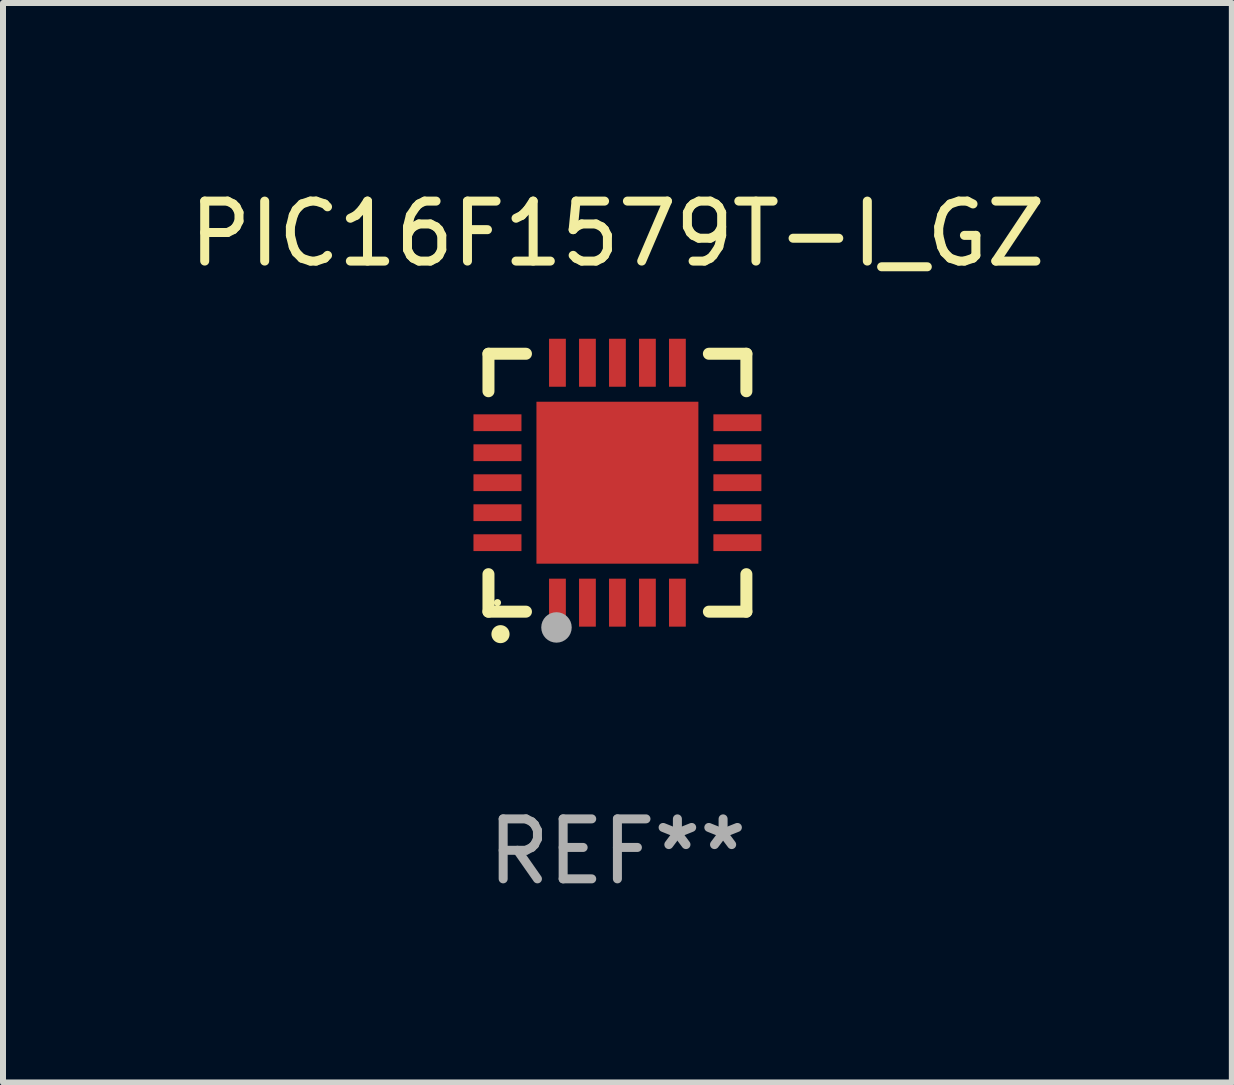
<source format=kicad_pcb>
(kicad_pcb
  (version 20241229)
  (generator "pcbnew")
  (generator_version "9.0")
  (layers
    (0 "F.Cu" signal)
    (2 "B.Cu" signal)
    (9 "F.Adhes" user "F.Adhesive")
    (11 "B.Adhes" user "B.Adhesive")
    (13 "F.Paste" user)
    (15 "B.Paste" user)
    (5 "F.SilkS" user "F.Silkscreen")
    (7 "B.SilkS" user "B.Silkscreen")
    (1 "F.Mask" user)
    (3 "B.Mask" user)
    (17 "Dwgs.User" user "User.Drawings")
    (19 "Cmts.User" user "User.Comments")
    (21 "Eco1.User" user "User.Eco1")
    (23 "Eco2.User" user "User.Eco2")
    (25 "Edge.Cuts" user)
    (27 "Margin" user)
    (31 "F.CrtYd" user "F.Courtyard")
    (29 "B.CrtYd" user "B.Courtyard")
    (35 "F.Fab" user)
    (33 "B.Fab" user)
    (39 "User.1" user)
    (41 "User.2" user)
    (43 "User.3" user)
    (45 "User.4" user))
  (footprint "PIC16F1579T-I_GZ"
    (layer "F.Cu")
    (at 7.244 4.998)
    (property "Reference" "PIC16F1579T-I_GZ" (at 0 -4.15 0) (layer "F.SilkS") (effects (font (size 1 1) (thickness 0.15))))
    (attr through_hole)
    (fp_line (start -2.15 -2.15) (end -2.15 -1.525) (stroke (width 0.2) (type solid)) (layer "F.SilkS"))
    (fp_line (start -2.15 2.15) (end -2.15 1.525) (stroke (width 0.2) (type solid)) (layer "F.SilkS"))
    (fp_line (start -1.525 -2.15) (end -2.15 -2.15) (stroke (width 0.2) (type solid)) (layer "F.SilkS"))
    (fp_line (start -1.525 2.15) (end -2.15 2.15) (stroke (width 0.2) (type solid)) (layer "F.SilkS"))
    (fp_line (start 1.525 2.15) (end 2.15 2.15) (stroke (width 0.2) (type solid)) (layer "F.SilkS"))
    (fp_line (start 2.15 -2.15) (end 1.525 -2.15) (stroke (width 0.2) (type solid)) (layer "F.SilkS"))
    (fp_line (start 2.15 -1.525) (end 2.15 -2.15) (stroke (width 0.2) (type solid)) (layer "F.SilkS"))
    (fp_line (start 2.15 2.15) (end 2.15 1.525) (stroke (width 0.2) (type solid)) (layer "F.SilkS"))
    (fp_arc (start -1.950724 2.524765) (mid -1.949454 2.52476) (end -1.948184 2.524765) (stroke (width 0.3) (type solid)) (layer "F.SilkS"))
    (fp_circle (center -2 2) (end -1.97 2) (stroke (width 0.06) (type solid)) (fill no) (layer "F.SilkS"))
    (fp_circle (center -1.016 2.413) (end -0.889 2.413) (stroke (width 0.254) (type solid)) (fill no) (layer "F.Fab"))
    (fp_text user "REF**" (at 0 6.15 0) (layer "F.Fab") (effects (font (size 1 1) (thickness 0.15))))
    (pad "1" smd rect (at -1 2 180) (size 0.28 0.8) (layers "F.Cu" "F.Mask" "F.Paste"))
    (pad "2" smd rect (at -0.5 2 180) (size 0.28 0.8) (layers "F.Cu" "F.Mask" "F.Paste"))
    (pad "3" smd rect (at 0 2 180) (size 0.28 0.8) (layers "F.Cu" "F.Mask" "F.Paste"))
    (pad "4" smd rect (at 0.5 2 180) (size 0.28 0.8) (layers "F.Cu" "F.Mask" "F.Paste"))
    (pad "5" smd rect (at 1 2 180) (size 0.28 0.8) (layers "F.Cu" "F.Mask" "F.Paste"))
    (pad "6" smd rect (at 2 1 90) (size 0.28 0.8) (layers "F.Cu" "F.Mask" "F.Paste"))
    (pad "7" smd rect (at 2 0.5 90) (size 0.28 0.8) (layers "F.Cu" "F.Mask" "F.Paste"))
    (pad "8" smd rect (at 2 0 90) (size 0.28 0.8) (layers "F.Cu" "F.Mask" "F.Paste"))
    (pad "9" smd rect (at 2 -0.5 90) (size 0.28 0.8) (layers "F.Cu" "F.Mask" "F.Paste"))
    (pad "10" smd rect (at 2 -1 90) (size 0.28 0.8) (layers "F.Cu" "F.Mask" "F.Paste"))
    (pad "11" smd rect (at 1 -2 180) (size 0.28 0.8) (layers "F.Cu" "F.Mask" "F.Paste"))
    (pad "12" smd rect (at 0.5 -2 180) (size 0.28 0.8) (layers "F.Cu" "F.Mask" "F.Paste"))
    (pad "13" smd rect (at 0 -2 180) (size 0.28 0.8) (layers "F.Cu" "F.Mask" "F.Paste"))
    (pad "14" smd rect (at -0.5 -2 180) (size 0.28 0.8) (layers "F.Cu" "F.Mask" "F.Paste"))
    (pad "15" smd rect (at -1 -2 180) (size 0.28 0.8) (layers "F.Cu" "F.Mask" "F.Paste"))
    (pad "16" smd rect (at -2 -1 90) (size 0.28 0.8) (layers "F.Cu" "F.Mask" "F.Paste"))
    (pad "17" smd rect (at -2 -0.5 90) (size 0.28 0.8) (layers "F.Cu" "F.Mask" "F.Paste"))
    (pad "18" smd rect (at -2 0 90) (size 0.28 0.8) (layers "F.Cu" "F.Mask" "F.Paste"))
    (pad "19" smd rect (at -2 0.5 90) (size 0.28 0.8) (layers "F.Cu" "F.Mask" "F.Paste"))
    (pad "20" smd rect (at -2 1 90) (size 0.28 0.8) (layers "F.Cu" "F.Mask" "F.Paste"))
    (pad "21" smd rect (at 0 0 90) (size 2.7 2.7) (layers "F.Cu" "F.Mask" "F.Paste")))
  (gr_rect
    (start -3 -3)
    (end 17.488 14.997)
    (stroke (width 0.1) (type default))
    (fill no)
    (layer "Edge.Cuts")))
</source>
